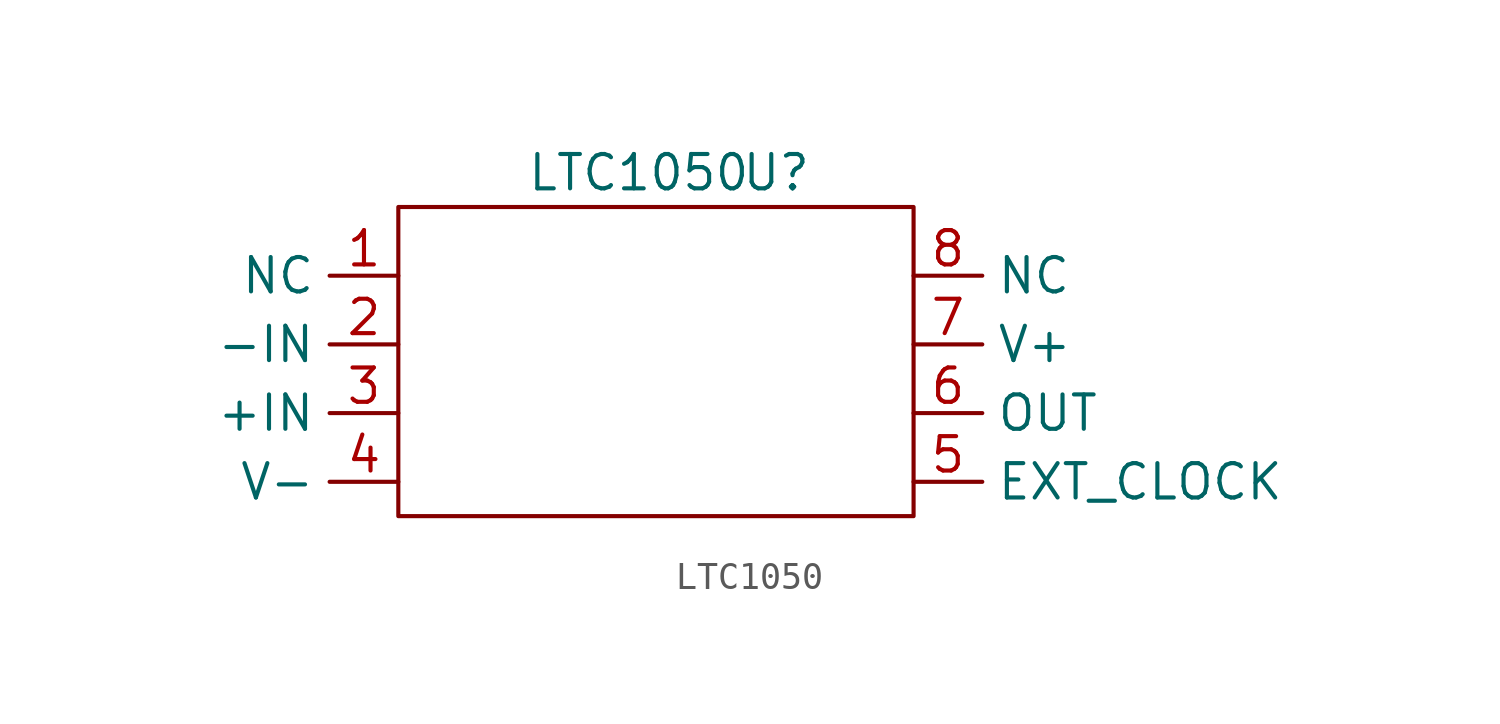
<source format=kicad_sym>
(kicad_symbol_lib
  (version 20211014)
  (generator kicad_symbol_editor)
  (symbol "LTC1050"
    (property "Reference" "U"
      (at 5.08 -3.81 0)
      (effects (font (size 1.27 1.27))))
    (property "Value" "LTC1050"
      (at 0 -3.81 0)
      (effects (font (size 1.27 1.27))))
    (symbol "LTC1050_0_1"
      (rectangle (start -8.89 -5.08) (end 10.16 -16.51) (stroke (width 0) (type default) (color 0 0 0 0)) (fill (type none))))
    (symbol "LTC1050_1_1"
      (pin input line (at -8.89 -7.62 180) (length 2.54) (name "NC" (effects (font (size 1.27 1.27)))) (number "1" (effects (font (size 1.27 1.27)))))
      (pin input line (at -8.89 -10.16 180) (length 2.54) (name "-IN" (effects (font (size 1.27 1.27)))) (number "2" (effects (font (size 1.27 1.27)))))
      (pin input line (at -8.89 -12.7 180) (length 2.54) (name "+IN" (effects (font (size 1.27 1.27)))) (number "3" (effects (font (size 1.27 1.27)))))
      (pin input line (at -8.89 -15.24 180) (length 2.54) (name "V-" (effects (font (size 1.27 1.27)))) (number "4" (effects (font (size 1.27 1.27)))))
      (pin input line (at 10.16 -15.24 0) (length 2.54) (name "EXT_CLOCK" (effects (font (size 1.27 1.27)))) (number "5" (effects (font (size 1.27 1.27)))))
      (pin output line (at 10.16 -12.7 0) (length 2.54) (name "OUT" (effects (font (size 1.27 1.27)))) (number "6" (effects (font (size 1.27 1.27)))))
      (pin input line (at 10.16 -10.16 0) (length 2.54) (name "V+" (effects (font (size 1.27 1.27)))) (number "7" (effects (font (size 1.27 1.27)))))
      (pin input line (at 10.16 -7.62 0) (length 2.54) (name "NC" (effects (font (size 1.27 1.27)))) (number "8" (effects (font (size 1.27 1.27))))))))
</source>
